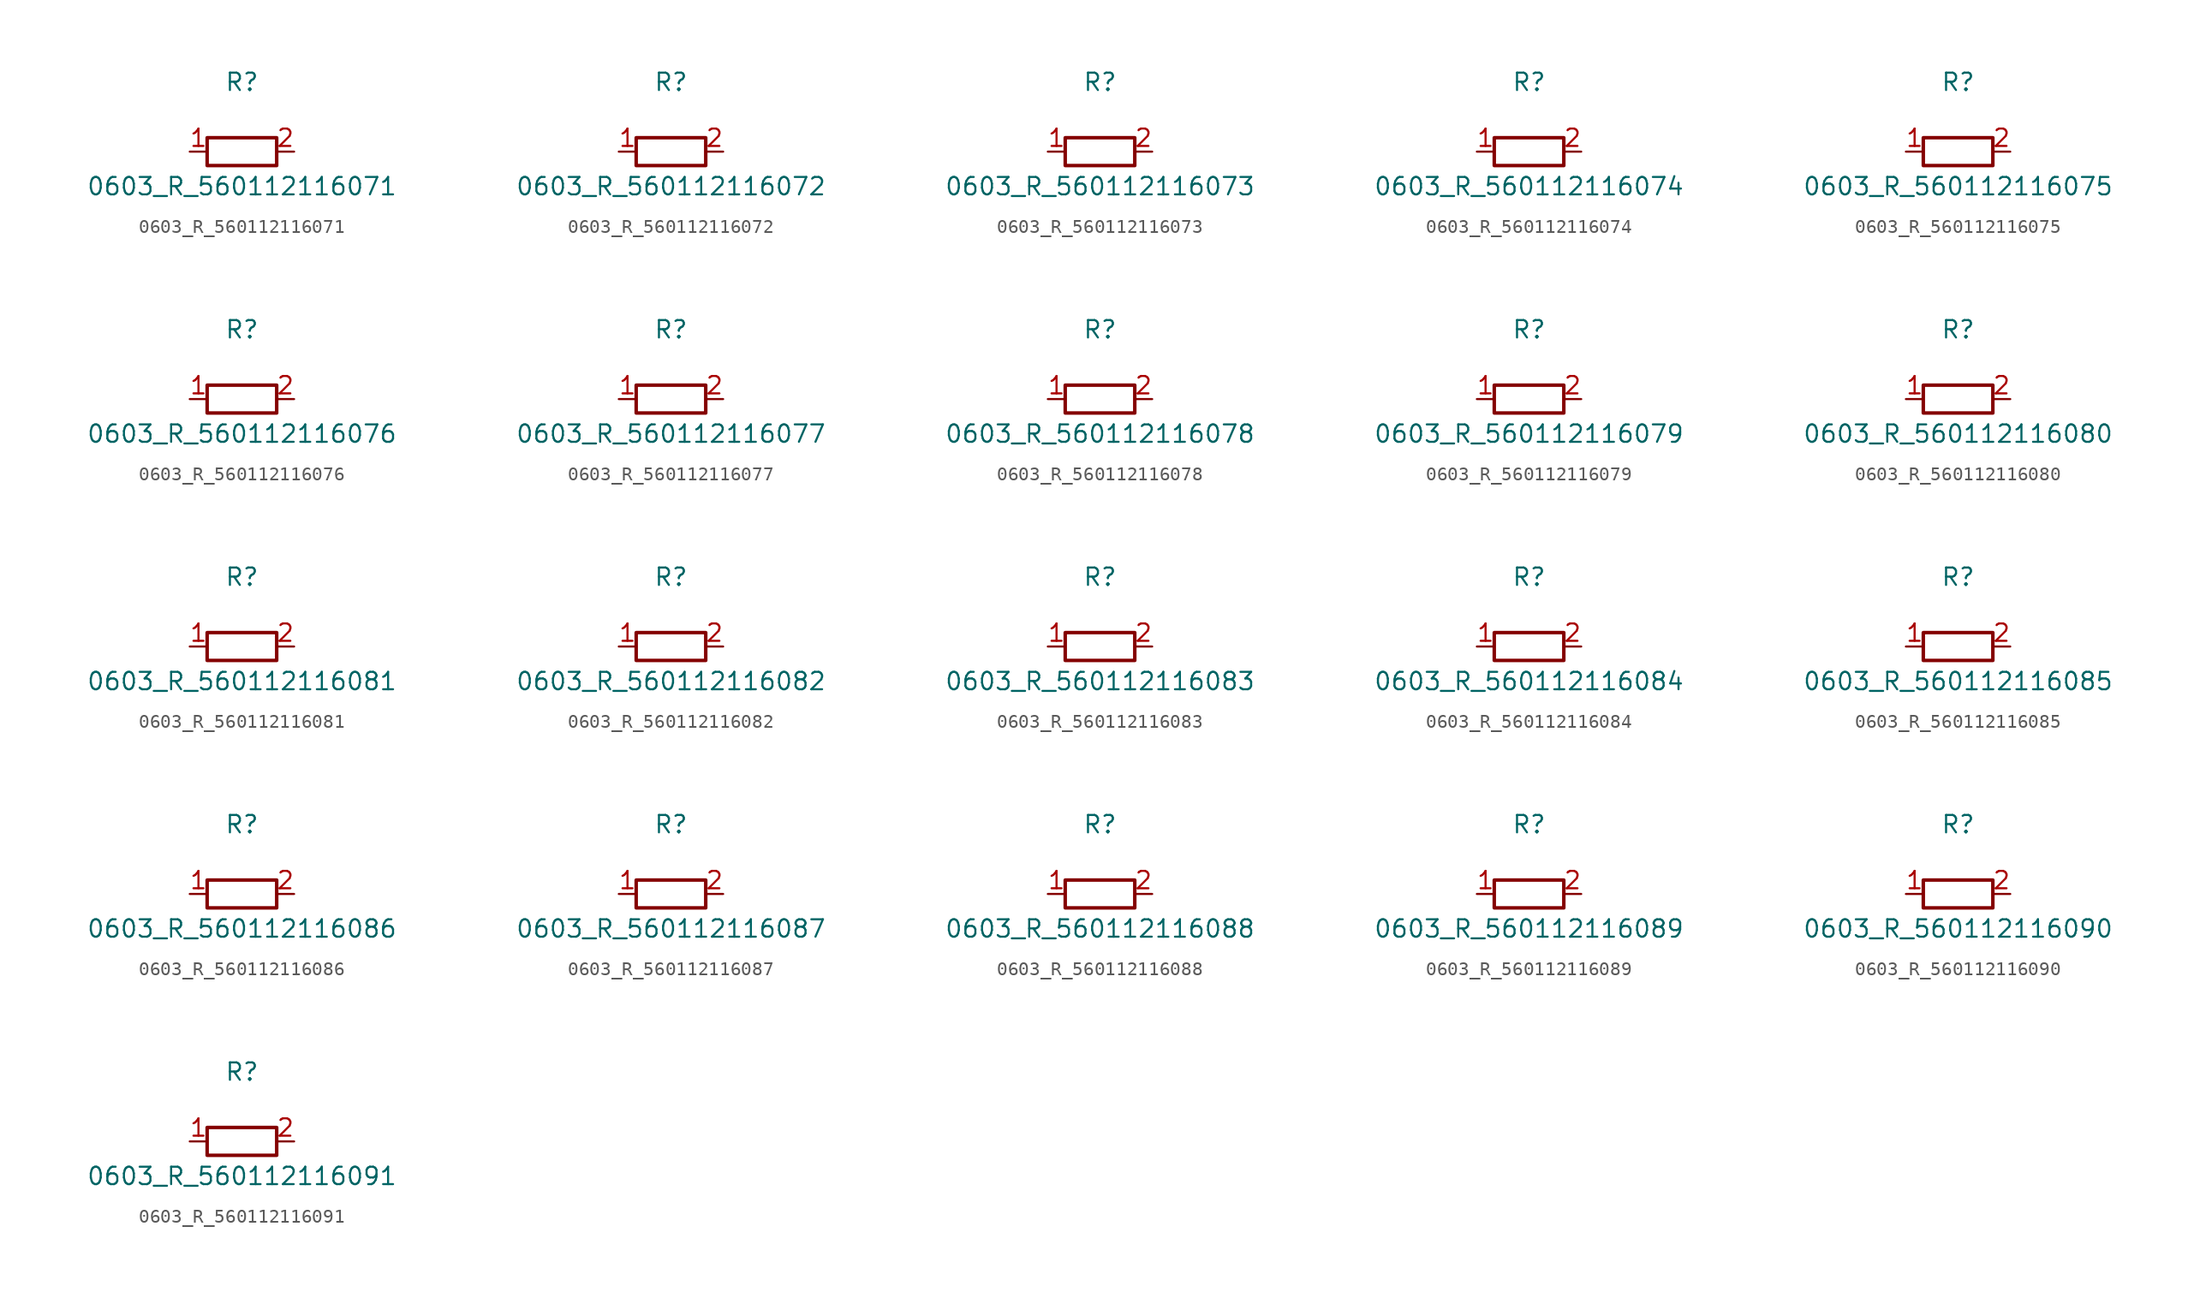
<source format=kicad_sym>
(kicad_symbol_lib
  (version 20220914)
  (generator kicad_symbol_editor)
  (symbol "0603_R_560112116071"
    (pin_names hide)
    (property "Reference" "R"
      (at 0 5.08 0)
      (effects (font (size 1.27 1.27))))
    (property "Value" "0603_R_560112116071"
      (at 0 -2.54 0)
      (effects (font (size 1.27 1.27))))
    (symbol "0603_R_560112116071_0_1"
      (rectangle (start -2.54 -1.016) (end 2.54 1.016) (stroke (width 0.254) (type default)) (fill (type none))))
    (symbol "0603_R_560112116071_1_1"
      (pin passive line (at -3.81 0 0) (length 1.27) (name "~" (effects (font (size 1.27 1.27)))) (number "1" (effects (font (size 1.27 1.27)))))
      (pin passive line (at 3.81 0 180) (length 1.27) (name "~" (effects (font (size 1.27 1.27)))) (number "2" (effects (font (size 1.27 1.27)))))))
  (symbol "0603_R_560112116072"
    (pin_names hide)
    (property "Reference" "R"
      (at 0 5.08 0)
      (effects (font (size 1.27 1.27))))
    (property "Value" "0603_R_560112116072"
      (at 0 -2.54 0)
      (effects (font (size 1.27 1.27))))
    (symbol "0603_R_560112116072_0_1"
      (rectangle (start -2.54 -1.016) (end 2.54 1.016) (stroke (width 0.254) (type default)) (fill (type none))))
    (symbol "0603_R_560112116072_1_1"
      (pin passive line (at -3.81 0 0) (length 1.27) (name "~" (effects (font (size 1.27 1.27)))) (number "1" (effects (font (size 1.27 1.27)))))
      (pin passive line (at 3.81 0 180) (length 1.27) (name "~" (effects (font (size 1.27 1.27)))) (number "2" (effects (font (size 1.27 1.27)))))))
  (symbol "0603_R_560112116073"
    (pin_names hide)
    (property "Reference" "R"
      (at 0 5.08 0)
      (effects (font (size 1.27 1.27))))
    (property "Value" "0603_R_560112116073"
      (at 0 -2.54 0)
      (effects (font (size 1.27 1.27))))
    (symbol "0603_R_560112116073_0_1"
      (rectangle (start -2.54 -1.016) (end 2.54 1.016) (stroke (width 0.254) (type default)) (fill (type none))))
    (symbol "0603_R_560112116073_1_1"
      (pin passive line (at -3.81 0 0) (length 1.27) (name "~" (effects (font (size 1.27 1.27)))) (number "1" (effects (font (size 1.27 1.27)))))
      (pin passive line (at 3.81 0 180) (length 1.27) (name "~" (effects (font (size 1.27 1.27)))) (number "2" (effects (font (size 1.27 1.27)))))))
  (symbol "0603_R_560112116074"
    (pin_names hide)
    (property "Reference" "R"
      (at 0 5.08 0)
      (effects (font (size 1.27 1.27))))
    (property "Value" "0603_R_560112116074"
      (at 0 -2.54 0)
      (effects (font (size 1.27 1.27))))
    (symbol "0603_R_560112116074_0_1"
      (rectangle (start -2.54 -1.016) (end 2.54 1.016) (stroke (width 0.254) (type default)) (fill (type none))))
    (symbol "0603_R_560112116074_1_1"
      (pin passive line (at -3.81 0 0) (length 1.27) (name "~" (effects (font (size 1.27 1.27)))) (number "1" (effects (font (size 1.27 1.27)))))
      (pin passive line (at 3.81 0 180) (length 1.27) (name "~" (effects (font (size 1.27 1.27)))) (number "2" (effects (font (size 1.27 1.27)))))))
  (symbol "0603_R_560112116075"
    (pin_names hide)
    (property "Reference" "R"
      (at 0 5.08 0)
      (effects (font (size 1.27 1.27))))
    (property "Value" "0603_R_560112116075"
      (at 0 -2.54 0)
      (effects (font (size 1.27 1.27))))
    (symbol "0603_R_560112116075_0_1"
      (rectangle (start -2.54 -1.016) (end 2.54 1.016) (stroke (width 0.254) (type default)) (fill (type none))))
    (symbol "0603_R_560112116075_1_1"
      (pin passive line (at -3.81 0 0) (length 1.27) (name "~" (effects (font (size 1.27 1.27)))) (number "1" (effects (font (size 1.27 1.27)))))
      (pin passive line (at 3.81 0 180) (length 1.27) (name "~" (effects (font (size 1.27 1.27)))) (number "2" (effects (font (size 1.27 1.27)))))))
  (symbol "0603_R_560112116076"
    (pin_names hide)
    (property "Reference" "R"
      (at 0 5.08 0)
      (effects (font (size 1.27 1.27))))
    (property "Value" "0603_R_560112116076"
      (at 0 -2.54 0)
      (effects (font (size 1.27 1.27))))
    (symbol "0603_R_560112116076_0_1"
      (rectangle (start -2.54 -1.016) (end 2.54 1.016) (stroke (width 0.254) (type default)) (fill (type none))))
    (symbol "0603_R_560112116076_1_1"
      (pin passive line (at -3.81 0 0) (length 1.27) (name "~" (effects (font (size 1.27 1.27)))) (number "1" (effects (font (size 1.27 1.27)))))
      (pin passive line (at 3.81 0 180) (length 1.27) (name "~" (effects (font (size 1.27 1.27)))) (number "2" (effects (font (size 1.27 1.27)))))))
  (symbol "0603_R_560112116077"
    (pin_names hide)
    (property "Reference" "R"
      (at 0 5.08 0)
      (effects (font (size 1.27 1.27))))
    (property "Value" "0603_R_560112116077"
      (at 0 -2.54 0)
      (effects (font (size 1.27 1.27))))
    (symbol "0603_R_560112116077_0_1"
      (rectangle (start -2.54 -1.016) (end 2.54 1.016) (stroke (width 0.254) (type default)) (fill (type none))))
    (symbol "0603_R_560112116077_1_1"
      (pin passive line (at -3.81 0 0) (length 1.27) (name "~" (effects (font (size 1.27 1.27)))) (number "1" (effects (font (size 1.27 1.27)))))
      (pin passive line (at 3.81 0 180) (length 1.27) (name "~" (effects (font (size 1.27 1.27)))) (number "2" (effects (font (size 1.27 1.27)))))))
  (symbol "0603_R_560112116078"
    (pin_names hide)
    (property "Reference" "R"
      (at 0 5.08 0)
      (effects (font (size 1.27 1.27))))
    (property "Value" "0603_R_560112116078"
      (at 0 -2.54 0)
      (effects (font (size 1.27 1.27))))
    (symbol "0603_R_560112116078_0_1"
      (rectangle (start -2.54 -1.016) (end 2.54 1.016) (stroke (width 0.254) (type default)) (fill (type none))))
    (symbol "0603_R_560112116078_1_1"
      (pin passive line (at -3.81 0 0) (length 1.27) (name "~" (effects (font (size 1.27 1.27)))) (number "1" (effects (font (size 1.27 1.27)))))
      (pin passive line (at 3.81 0 180) (length 1.27) (name "~" (effects (font (size 1.27 1.27)))) (number "2" (effects (font (size 1.27 1.27)))))))
  (symbol "0603_R_560112116079"
    (pin_names hide)
    (property "Reference" "R"
      (at 0 5.08 0)
      (effects (font (size 1.27 1.27))))
    (property "Value" "0603_R_560112116079"
      (at 0 -2.54 0)
      (effects (font (size 1.27 1.27))))
    (symbol "0603_R_560112116079_0_1"
      (rectangle (start -2.54 -1.016) (end 2.54 1.016) (stroke (width 0.254) (type default)) (fill (type none))))
    (symbol "0603_R_560112116079_1_1"
      (pin passive line (at -3.81 0 0) (length 1.27) (name "~" (effects (font (size 1.27 1.27)))) (number "1" (effects (font (size 1.27 1.27)))))
      (pin passive line (at 3.81 0 180) (length 1.27) (name "~" (effects (font (size 1.27 1.27)))) (number "2" (effects (font (size 1.27 1.27)))))))
  (symbol "0603_R_560112116080"
    (pin_names hide)
    (property "Reference" "R"
      (at 0 5.08 0)
      (effects (font (size 1.27 1.27))))
    (property "Value" "0603_R_560112116080"
      (at 0 -2.54 0)
      (effects (font (size 1.27 1.27))))
    (symbol "0603_R_560112116080_0_1"
      (rectangle (start -2.54 -1.016) (end 2.54 1.016) (stroke (width 0.254) (type default)) (fill (type none))))
    (symbol "0603_R_560112116080_1_1"
      (pin passive line (at -3.81 0 0) (length 1.27) (name "~" (effects (font (size 1.27 1.27)))) (number "1" (effects (font (size 1.27 1.27)))))
      (pin passive line (at 3.81 0 180) (length 1.27) (name "~" (effects (font (size 1.27 1.27)))) (number "2" (effects (font (size 1.27 1.27)))))))
  (symbol "0603_R_560112116081"
    (pin_names hide)
    (property "Reference" "R"
      (at 0 5.08 0)
      (effects (font (size 1.27 1.27))))
    (property "Value" "0603_R_560112116081"
      (at 0 -2.54 0)
      (effects (font (size 1.27 1.27))))
    (symbol "0603_R_560112116081_0_1"
      (rectangle (start -2.54 -1.016) (end 2.54 1.016) (stroke (width 0.254) (type default)) (fill (type none))))
    (symbol "0603_R_560112116081_1_1"
      (pin passive line (at -3.81 0 0) (length 1.27) (name "~" (effects (font (size 1.27 1.27)))) (number "1" (effects (font (size 1.27 1.27)))))
      (pin passive line (at 3.81 0 180) (length 1.27) (name "~" (effects (font (size 1.27 1.27)))) (number "2" (effects (font (size 1.27 1.27)))))))
  (symbol "0603_R_560112116082"
    (pin_names hide)
    (property "Reference" "R"
      (at 0 5.08 0)
      (effects (font (size 1.27 1.27))))
    (property "Value" "0603_R_560112116082"
      (at 0 -2.54 0)
      (effects (font (size 1.27 1.27))))
    (symbol "0603_R_560112116082_0_1"
      (rectangle (start -2.54 -1.016) (end 2.54 1.016) (stroke (width 0.254) (type default)) (fill (type none))))
    (symbol "0603_R_560112116082_1_1"
      (pin passive line (at -3.81 0 0) (length 1.27) (name "~" (effects (font (size 1.27 1.27)))) (number "1" (effects (font (size 1.27 1.27)))))
      (pin passive line (at 3.81 0 180) (length 1.27) (name "~" (effects (font (size 1.27 1.27)))) (number "2" (effects (font (size 1.27 1.27)))))))
  (symbol "0603_R_560112116083"
    (pin_names hide)
    (property "Reference" "R"
      (at 0 5.08 0)
      (effects (font (size 1.27 1.27))))
    (property "Value" "0603_R_560112116083"
      (at 0 -2.54 0)
      (effects (font (size 1.27 1.27))))
    (symbol "0603_R_560112116083_0_1"
      (rectangle (start -2.54 -1.016) (end 2.54 1.016) (stroke (width 0.254) (type default)) (fill (type none))))
    (symbol "0603_R_560112116083_1_1"
      (pin passive line (at -3.81 0 0) (length 1.27) (name "~" (effects (font (size 1.27 1.27)))) (number "1" (effects (font (size 1.27 1.27)))))
      (pin passive line (at 3.81 0 180) (length 1.27) (name "~" (effects (font (size 1.27 1.27)))) (number "2" (effects (font (size 1.27 1.27)))))))
  (symbol "0603_R_560112116084"
    (pin_names hide)
    (property "Reference" "R"
      (at 0 5.08 0)
      (effects (font (size 1.27 1.27))))
    (property "Value" "0603_R_560112116084"
      (at 0 -2.54 0)
      (effects (font (size 1.27 1.27))))
    (symbol "0603_R_560112116084_0_1"
      (rectangle (start -2.54 -1.016) (end 2.54 1.016) (stroke (width 0.254) (type default)) (fill (type none))))
    (symbol "0603_R_560112116084_1_1"
      (pin passive line (at -3.81 0 0) (length 1.27) (name "~" (effects (font (size 1.27 1.27)))) (number "1" (effects (font (size 1.27 1.27)))))
      (pin passive line (at 3.81 0 180) (length 1.27) (name "~" (effects (font (size 1.27 1.27)))) (number "2" (effects (font (size 1.27 1.27)))))))
  (symbol "0603_R_560112116085"
    (pin_names hide)
    (property "Reference" "R"
      (at 0 5.08 0)
      (effects (font (size 1.27 1.27))))
    (property "Value" "0603_R_560112116085"
      (at 0 -2.54 0)
      (effects (font (size 1.27 1.27))))
    (symbol "0603_R_560112116085_0_1"
      (rectangle (start -2.54 -1.016) (end 2.54 1.016) (stroke (width 0.254) (type default)) (fill (type none))))
    (symbol "0603_R_560112116085_1_1"
      (pin passive line (at -3.81 0 0) (length 1.27) (name "~" (effects (font (size 1.27 1.27)))) (number "1" (effects (font (size 1.27 1.27)))))
      (pin passive line (at 3.81 0 180) (length 1.27) (name "~" (effects (font (size 1.27 1.27)))) (number "2" (effects (font (size 1.27 1.27)))))))
  (symbol "0603_R_560112116086"
    (pin_names hide)
    (property "Reference" "R"
      (at 0 5.08 0)
      (effects (font (size 1.27 1.27))))
    (property "Value" "0603_R_560112116086"
      (at 0 -2.54 0)
      (effects (font (size 1.27 1.27))))
    (symbol "0603_R_560112116086_0_1"
      (rectangle (start -2.54 -1.016) (end 2.54 1.016) (stroke (width 0.254) (type default)) (fill (type none))))
    (symbol "0603_R_560112116086_1_1"
      (pin passive line (at -3.81 0 0) (length 1.27) (name "~" (effects (font (size 1.27 1.27)))) (number "1" (effects (font (size 1.27 1.27)))))
      (pin passive line (at 3.81 0 180) (length 1.27) (name "~" (effects (font (size 1.27 1.27)))) (number "2" (effects (font (size 1.27 1.27)))))))
  (symbol "0603_R_560112116087"
    (pin_names hide)
    (property "Reference" "R"
      (at 0 5.08 0)
      (effects (font (size 1.27 1.27))))
    (property "Value" "0603_R_560112116087"
      (at 0 -2.54 0)
      (effects (font (size 1.27 1.27))))
    (symbol "0603_R_560112116087_0_1"
      (rectangle (start -2.54 -1.016) (end 2.54 1.016) (stroke (width 0.254) (type default)) (fill (type none))))
    (symbol "0603_R_560112116087_1_1"
      (pin passive line (at -3.81 0 0) (length 1.27) (name "~" (effects (font (size 1.27 1.27)))) (number "1" (effects (font (size 1.27 1.27)))))
      (pin passive line (at 3.81 0 180) (length 1.27) (name "~" (effects (font (size 1.27 1.27)))) (number "2" (effects (font (size 1.27 1.27)))))))
  (symbol "0603_R_560112116088"
    (pin_names hide)
    (property "Reference" "R"
      (at 0 5.08 0)
      (effects (font (size 1.27 1.27))))
    (property "Value" "0603_R_560112116088"
      (at 0 -2.54 0)
      (effects (font (size 1.27 1.27))))
    (symbol "0603_R_560112116088_0_1"
      (rectangle (start -2.54 -1.016) (end 2.54 1.016) (stroke (width 0.254) (type default)) (fill (type none))))
    (symbol "0603_R_560112116088_1_1"
      (pin passive line (at -3.81 0 0) (length 1.27) (name "~" (effects (font (size 1.27 1.27)))) (number "1" (effects (font (size 1.27 1.27)))))
      (pin passive line (at 3.81 0 180) (length 1.27) (name "~" (effects (font (size 1.27 1.27)))) (number "2" (effects (font (size 1.27 1.27)))))))
  (symbol "0603_R_560112116089"
    (pin_names hide)
    (property "Reference" "R"
      (at 0 5.08 0)
      (effects (font (size 1.27 1.27))))
    (property "Value" "0603_R_560112116089"
      (at 0 -2.54 0)
      (effects (font (size 1.27 1.27))))
    (symbol "0603_R_560112116089_0_1"
      (rectangle (start -2.54 -1.016) (end 2.54 1.016) (stroke (width 0.254) (type default)) (fill (type none))))
    (symbol "0603_R_560112116089_1_1"
      (pin passive line (at -3.81 0 0) (length 1.27) (name "~" (effects (font (size 1.27 1.27)))) (number "1" (effects (font (size 1.27 1.27)))))
      (pin passive line (at 3.81 0 180) (length 1.27) (name "~" (effects (font (size 1.27 1.27)))) (number "2" (effects (font (size 1.27 1.27)))))))
  (symbol "0603_R_560112116090"
    (pin_names hide)
    (property "Reference" "R"
      (at 0 5.08 0)
      (effects (font (size 1.27 1.27))))
    (property "Value" "0603_R_560112116090"
      (at 0 -2.54 0)
      (effects (font (size 1.27 1.27))))
    (symbol "0603_R_560112116090_0_1"
      (rectangle (start -2.54 -1.016) (end 2.54 1.016) (stroke (width 0.254) (type default)) (fill (type none))))
    (symbol "0603_R_560112116090_1_1"
      (pin passive line (at -3.81 0 0) (length 1.27) (name "~" (effects (font (size 1.27 1.27)))) (number "1" (effects (font (size 1.27 1.27)))))
      (pin passive line (at 3.81 0 180) (length 1.27) (name "~" (effects (font (size 1.27 1.27)))) (number "2" (effects (font (size 1.27 1.27)))))))
  (symbol "0603_R_560112116091"
    (pin_names hide)
    (property "Reference" "R"
      (at 0 5.08 0)
      (effects (font (size 1.27 1.27))))
    (property "Value" "0603_R_560112116091"
      (at 0 -2.54 0)
      (effects (font (size 1.27 1.27))))
    (symbol "0603_R_560112116091_0_1"
      (rectangle (start -2.54 -1.016) (end 2.54 1.016) (stroke (width 0.254) (type default)) (fill (type none))))
    (symbol "0603_R_560112116091_1_1"
      (pin passive line (at -3.81 0 0) (length 1.27) (name "~" (effects (font (size 1.27 1.27)))) (number "1" (effects (font (size 1.27 1.27)))))
      (pin passive line (at 3.81 0 180) (length 1.27) (name "~" (effects (font (size 1.27 1.27)))) (number "2" (effects (font (size 1.27 1.27))))))))
</source>
